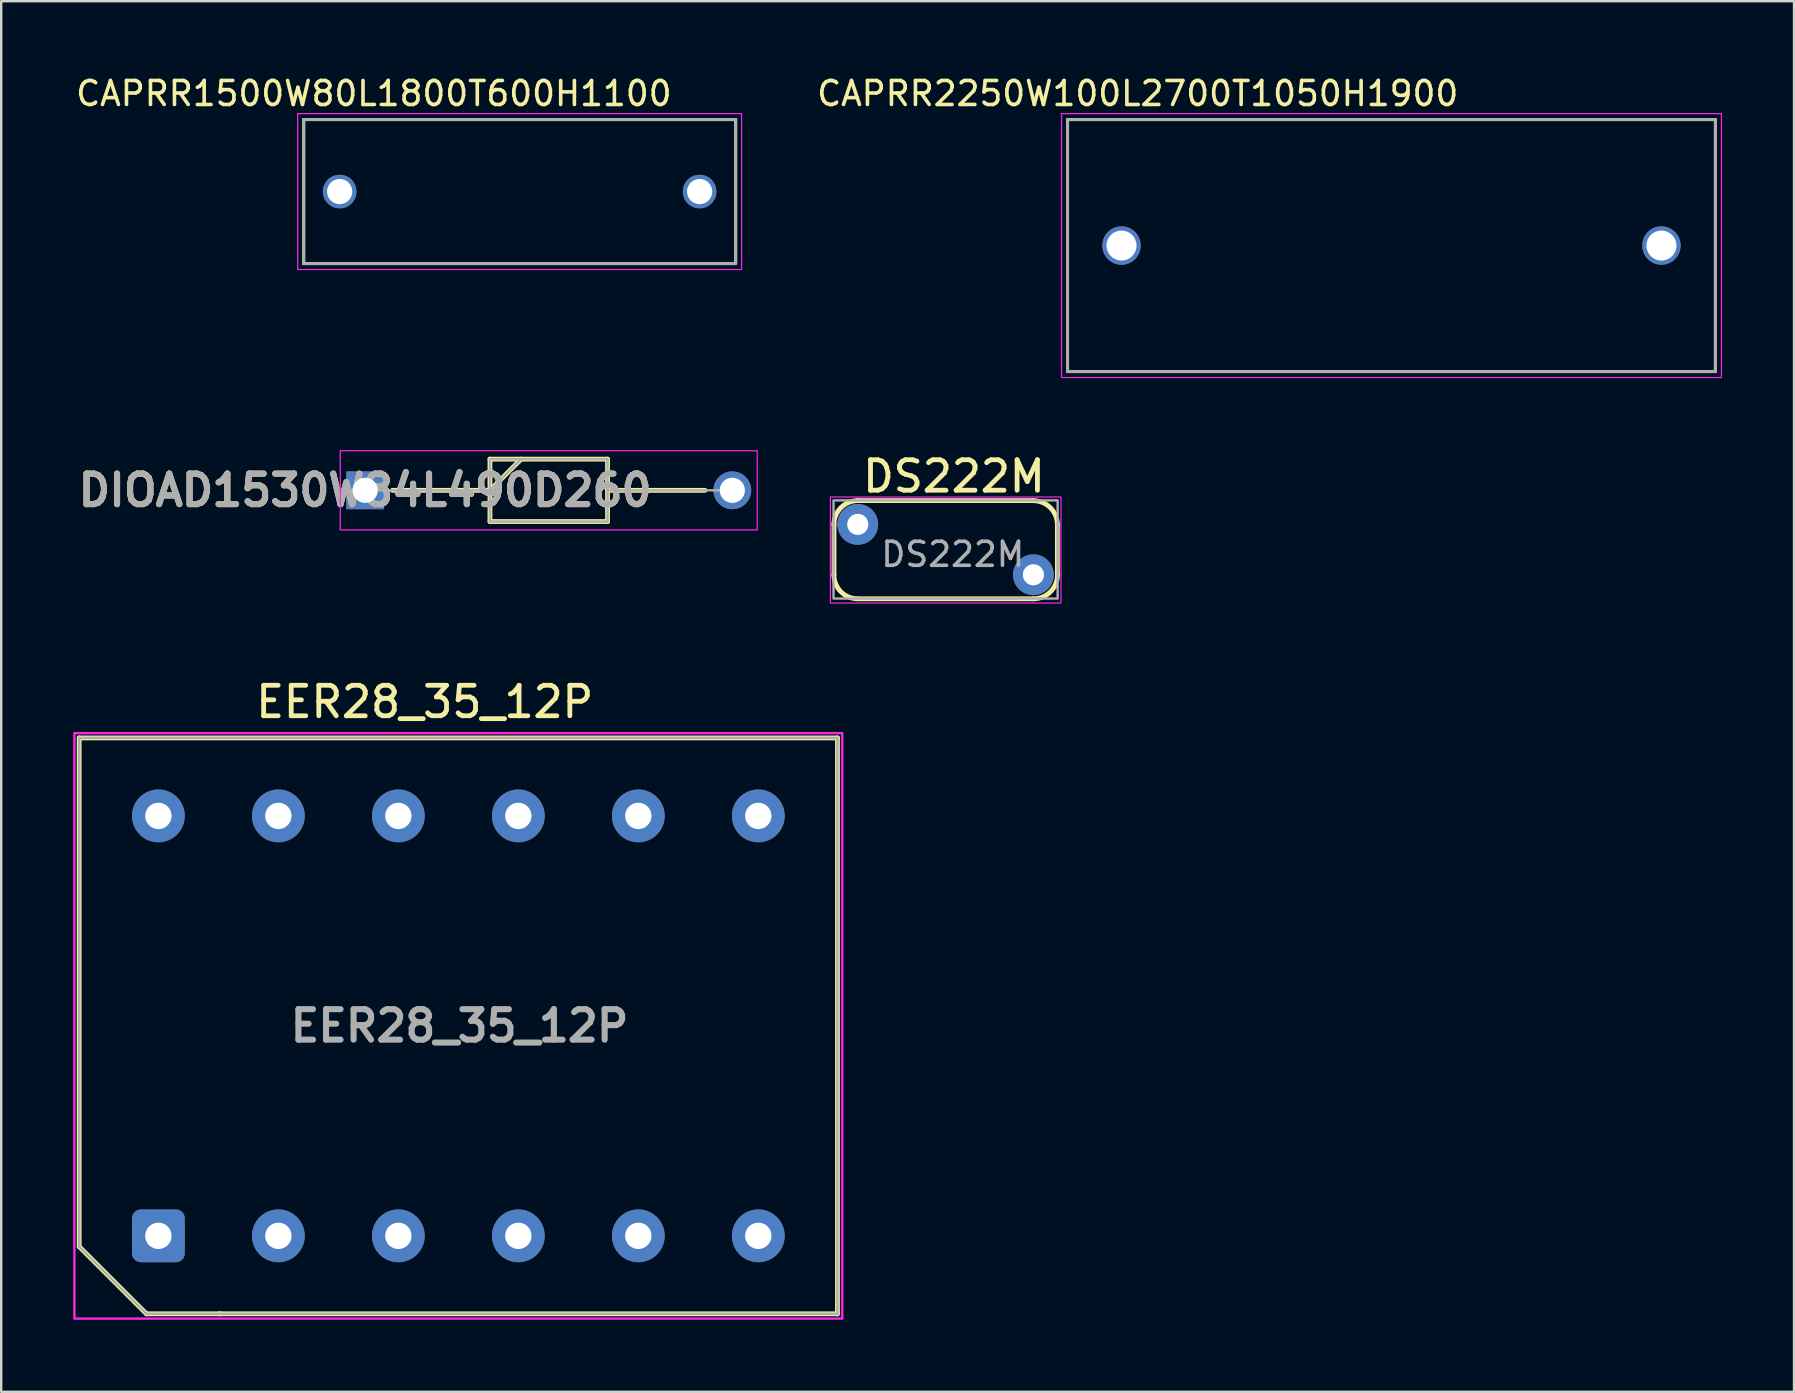
<source format=kicad_pcb>
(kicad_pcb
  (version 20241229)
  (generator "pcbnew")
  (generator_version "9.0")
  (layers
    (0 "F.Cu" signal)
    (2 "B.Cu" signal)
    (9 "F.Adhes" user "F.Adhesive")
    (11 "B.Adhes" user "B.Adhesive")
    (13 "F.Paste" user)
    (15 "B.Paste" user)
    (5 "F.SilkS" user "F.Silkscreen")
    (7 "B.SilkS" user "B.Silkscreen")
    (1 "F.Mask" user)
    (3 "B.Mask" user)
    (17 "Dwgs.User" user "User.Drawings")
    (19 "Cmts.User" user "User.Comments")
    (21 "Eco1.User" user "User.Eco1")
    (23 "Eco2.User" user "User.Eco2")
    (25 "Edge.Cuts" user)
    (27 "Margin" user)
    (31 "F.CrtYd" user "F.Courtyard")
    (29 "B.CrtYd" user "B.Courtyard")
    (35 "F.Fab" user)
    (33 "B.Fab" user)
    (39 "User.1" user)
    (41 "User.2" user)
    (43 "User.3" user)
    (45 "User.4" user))
  (footprint "CAPRR1500W80L1800T600H1100"
    (layer "F.Cu")
    (at 18.605 4.933)
    (property "Reference" "CAPRR1500W80L1800T600H1100" (at -6.075 -4.085 0) (layer "F.SilkS") (effects (font (size 1 1) (thickness 0.15))))
    (attr through_hole)
    (fp_line (start -9 -3) (end -9 3) (stroke (width 0.127) (type solid)) (layer "F.SilkS"))
    (fp_line (start -9 -3) (end 9 -3) (stroke (width 0.127) (type solid)) (layer "F.SilkS"))
    (fp_line (start -9 3) (end 9 3) (stroke (width 0.127) (type solid)) (layer "F.SilkS"))
    (fp_line (start 9 -3) (end 9 3) (stroke (width 0.127) (type solid)) (layer "F.SilkS"))
    (fp_line (start -9.25 -3.25) (end -9.25 3.25) (stroke (width 0.05) (type solid)) (layer "F.CrtYd"))
    (fp_line (start -9.25 -3.25) (end 9.25 -3.25) (stroke (width 0.05) (type solid)) (layer "F.CrtYd"))
    (fp_line (start 9.25 -3.25) (end 9.25 3.25) (stroke (width 0.05) (type solid)) (layer "F.CrtYd"))
    (fp_line (start 9.25 3.25) (end -9.25 3.25) (stroke (width 0.05) (type solid)) (layer "F.CrtYd"))
    (fp_line (start -9 -3) (end -9 3) (stroke (width 0.127) (type solid)) (layer "F.Fab"))
    (fp_line (start -9 -3) (end 9 -3) (stroke (width 0.127) (type solid)) (layer "F.Fab"))
    (fp_line (start 9 -3) (end 9 3) (stroke (width 0.127) (type solid)) (layer "F.Fab"))
    (fp_line (start 9 3) (end -9 3) (stroke (width 0.127) (type solid)) (layer "F.Fab"))
    (pad "1" thru_hole circle (at -7.5 0) (size 1.4 1.4) (drill 1.05) (layers "*.Cu" "*.Mask"))
    (pad "2" thru_hole circle (at 7.5 0) (size 1.4 1.4) (drill 1.05) (layers "*.Cu" "*.Mask")))
  (footprint "EER28_35_12P"
    (layer "F.Cu")
    (at 16.05 39.701)
    (property "Reference" "EER28_35_12P" (at -1.4 -13.5 0) (layer "F.SilkS") (effects (font (size 1.27 1.27) (thickness 0.2))))
    (attr through_hole)
    (fp_line (start -15.8 -12) (end 15.8 -12) (stroke (width 0.2) (type solid)) (layer "F.SilkS"))
    (fp_line (start -15.8 9.2) (end -15.8 -12) (stroke (width 0.2) (type solid)) (layer "F.SilkS"))
    (fp_line (start -13 12) (end -15.8 9.2) (stroke (width 0.2) (type solid)) (layer "F.SilkS"))
    (fp_line (start -9.95 11.95) (end -9.95 11.95) (stroke (width 0.1) (type solid)) (layer "F.SilkS"))
    (fp_line (start -9.95 12.05) (end -9.95 12.05) (stroke (width 0.1) (type solid)) (layer "F.SilkS"))
    (fp_line (start 15.8 -12) (end 15.8 12) (stroke (width 0.2) (type solid)) (layer "F.SilkS"))
    (fp_line (start 15.8 12) (end -13 12) (stroke (width 0.2) (type solid)) (layer "F.SilkS"))
    (fp_arc (start -9.95 11.95) (mid -9.9 12) (end -9.95 12.05) (stroke (width 0.1) (type solid)) (layer "F.SilkS"))
    (fp_arc (start -9.95 12.05) (mid -10 12) (end -9.95 11.95) (stroke (width 0.1) (type solid)) (layer "F.SilkS"))
    (fp_rect (start -16 -12.2) (end 16 12.2) (stroke (width 0.1) (type default)) (fill no) (layer "F.CrtYd"))
    (fp_line (start -15.8 -12) (end -15.8 9.2) (stroke (width 0.1) (type solid)) (layer "F.Fab"))
    (fp_line (start -15.8 9.2) (end -13 12) (stroke (width 0.1) (type default)) (layer "F.Fab"))
    (fp_line (start -13 12) (end 15.8 12) (stroke (width 0.1) (type solid)) (layer "F.Fab"))
    (fp_line (start 15.8 -12) (end -15.8 -12) (stroke (width 0.1) (type solid)) (layer "F.Fab"))
    (fp_line (start 15.8 12) (end 15.8 -12) (stroke (width 0.1) (type solid)) (layer "F.Fab"))
    (fp_text user "${REFERENCE}" (at 0.05 0 0) (layer "F.Fab") (effects (font (size 1.27 1.27) (thickness 0.254))))
    (pad "1" thru_hole roundrect (at -12.5 8.75) (size 2.2 2.2) (drill 1.1) (layers "*.Cu" "*.Mask") (roundrect_rratio 0.167))
    (pad "2" thru_hole circle (at -7.5 8.75) (size 2.2 2.2) (drill 1.1) (layers "*.Cu" "*.Mask"))
    (pad "3" thru_hole circle (at -2.5 8.75) (size 2.2 2.2) (drill 1.1) (layers "*.Cu" "*.Mask"))
    (pad "4" thru_hole circle (at 2.5 8.75) (size 2.2 2.2) (drill 1.1) (layers "*.Cu" "*.Mask"))
    (pad "5" thru_hole circle (at 7.5 8.75) (size 2.2 2.2) (drill 1.1) (layers "*.Cu" "*.Mask"))
    (pad "6" thru_hole circle (at 12.5 8.75) (size 2.2 2.2) (drill 1.1) (layers "*.Cu" "*.Mask"))
    (pad "7" thru_hole circle (at 12.5 -8.75) (size 2.2 2.2) (drill 1.1) (layers "*.Cu" "*.Mask"))
    (pad "8" thru_hole circle (at 7.5 -8.75) (size 2.2 2.2) (drill 1.1) (layers "*.Cu" "*.Mask"))
    (pad "9" thru_hole circle (at 2.5 -8.75) (size 2.2 2.2) (drill 1.1) (layers "*.Cu" "*.Mask"))
    (pad "10" thru_hole circle (at -2.5 -8.75) (size 2.2 2.2) (drill 1.1) (layers "*.Cu" "*.Mask"))
    (pad "11" thru_hole circle (at -7.5 -8.75) (size 2.2 2.2) (drill 1.1) (layers "*.Cu" "*.Mask"))
    (pad "12" thru_hole circle (at -12.5 -8.75) (size 2.2 2.2) (drill 1.1) (layers "*.Cu" "*.Mask")))
  (footprint "DS222M"
    (layer "F.Cu")
    (at 36.355 19.852)
    (property "Reference" "DS222M" (at 0.35 -3.05 0) (unlocked yes) (layer "F.SilkS") (effects (font (size 1.27 1.27) (thickness 0.2))))
    (attr through_hole)
    (fp_line (start -4.65 -1.061) (end -4.65 1.063) (stroke (width 0.2) (type solid)) (layer "F.SilkS"))
    (fp_line (start -3.653 2.053) (end 3.663 2.053) (stroke (width 0.2) (type solid)) (layer "F.SilkS"))
    (fp_line (start 3.66 -2.04) (end -3.66 -2.04) (stroke (width 0.2) (type solid)) (layer "F.SilkS"))
    (fp_line (start 4.66 1.053) (end 4.66 -1.039) (stroke (width 0.2) (type solid)) (layer "F.SilkS"))
    (fp_arc (start -4.652893 -1.04) (mid -4.36 -1.747107) (end -3.652893 -2.04) (stroke (width 0.2) (type default)) (layer "F.SilkS"))
    (fp_arc (start -3.652893 2.052893) (mid -4.36 1.76) (end -4.652893 1.052893) (stroke (width 0.2) (type default)) (layer "F.SilkS"))
    (fp_arc (start 3.659893 -2.036447) (mid 4.367 -1.743554) (end 4.659893 -1.036447) (stroke (width 0.2) (type solid)) (layer "F.SilkS"))
    (fp_arc (start 4.662893 1.052893) (mid 4.37 1.76) (end 3.662893 2.052893) (stroke (width 0.2) (type default)) (layer "F.SilkS"))
    (fp_rect (start -4.8 -2.19) (end 4.81 2.23) (stroke (width 0.05) (type default)) (fill no) (layer "F.CrtYd"))
    (fp_rect (start -4.67 -2.05) (end 4.67 2.04) (stroke (width 0.1) (type default)) (fill no) (layer "F.Fab"))
    (fp_text user "${REFERENCE}" (at 0.3 0.2 0) (unlocked yes) (layer "F.Fab") (effects (font (size 1 1) (thickness 0.15))))
    (pad "1" thru_hole circle (at -3.66 -1.05) (size 1.7 1.7) (drill 0.88) (layers "*.Cu" "*.Mask"))
    (pad "2" thru_hole circle (at 3.66 1.05) (size 1.7 1.7) (drill 0.88) (layers "*.Cu" "*.Mask")))
  (footprint "CAPRR2250W100L2700T1050H1900"
    (layer "F.Cu")
    (at 54.937 7.183)
    (property "Reference" "CAPRR2250W100L2700T1050H1900" (at -10.575 -6.335 0) (layer "F.SilkS") (effects (font (size 1 1) (thickness 0.15))))
    (attr through_hole)
    (fp_line (start -13.5 -5.25) (end -13.5 5.25) (stroke (width 0.127) (type solid)) (layer "F.SilkS"))
    (fp_line (start -13.5 -5.25) (end 13.5 -5.25) (stroke (width 0.127) (type solid)) (layer "F.SilkS"))
    (fp_line (start -13.5 5.25) (end 13.5 5.25) (stroke (width 0.127) (type solid)) (layer "F.SilkS"))
    (fp_line (start 13.5 -5.25) (end 13.5 5.25) (stroke (width 0.127) (type solid)) (layer "F.SilkS"))
    (fp_line (start -13.75 -5.5) (end -13.75 5.5) (stroke (width 0.05) (type solid)) (layer "F.CrtYd"))
    (fp_line (start -13.75 -5.5) (end 13.75 -5.5) (stroke (width 0.05) (type solid)) (layer "F.CrtYd"))
    (fp_line (start 13.75 -5.5) (end 13.75 5.5) (stroke (width 0.05) (type solid)) (layer "F.CrtYd"))
    (fp_line (start 13.75 5.5) (end -13.75 5.5) (stroke (width 0.05) (type solid)) (layer "F.CrtYd"))
    (fp_line (start -13.5 -5.25) (end -13.5 5.25) (stroke (width 0.127) (type solid)) (layer "F.Fab"))
    (fp_line (start -13.5 -5.25) (end 13.5 -5.25) (stroke (width 0.127) (type solid)) (layer "F.Fab"))
    (fp_line (start 13.5 -5.25) (end 13.5 5.25) (stroke (width 0.127) (type solid)) (layer "F.Fab"))
    (fp_line (start 13.5 5.25) (end -13.5 5.25) (stroke (width 0.127) (type solid)) (layer "F.Fab"))
    (pad "1" thru_hole circle (at -11.25 0) (size 1.6 1.6) (drill 1.25) (layers "*.Cu" "*.Mask"))
    (pad "2" thru_hole circle (at 11.25 0) (size 1.6 1.6) (drill 1.25) (layers "*.Cu" "*.Mask")))
  (footprint "DIOAD1530W84L490D260"
    (layer "F.Cu")
    (at 12.168 17.383)
    (property "Reference" "DIOAD1530W84L490D260" (at 0 0 0) (layer "F.SilkS") (effects (font (size 1.27 1.27) (thickness 0.254))))
    (attr through_hole)
    (fp_line (start 1.138 0) (end 5.2 0) (stroke (width 0.2) (type solid)) (layer "F.SilkS"))
    (fp_line (start 5.2 -1.3) (end 10.1 -1.3) (stroke (width 0.2) (type solid)) (layer "F.SilkS"))
    (fp_line (start 5.2 0) (end 6.5 -1.3) (stroke (width 0.2) (type solid)) (layer "F.SilkS"))
    (fp_line (start 5.2 1.3) (end 5.2 -1.3) (stroke (width 0.2) (type solid)) (layer "F.SilkS"))
    (fp_line (start 10.1 -1.3) (end 10.1 1.3) (stroke (width 0.2) (type solid)) (layer "F.SilkS"))
    (fp_line (start 10.1 0) (end 14.162 0) (stroke (width 0.2) (type solid)) (layer "F.SilkS"))
    (fp_line (start 10.1 1.3) (end 5.2 1.3) (stroke (width 0.2) (type solid)) (layer "F.SilkS"))
    (fp_line (start -1.038 -1.65) (end 16.337 -1.65) (stroke (width 0.05) (type solid)) (layer "F.CrtYd"))
    (fp_line (start -1.038 1.65) (end -1.038 -1.65) (stroke (width 0.05) (type solid)) (layer "F.CrtYd"))
    (fp_line (start 16.337 -1.65) (end 16.337 1.65) (stroke (width 0.05) (type solid)) (layer "F.CrtYd"))
    (fp_line (start 16.337 1.65) (end -1.038 1.65) (stroke (width 0.05) (type solid)) (layer "F.CrtYd"))
    (fp_line (start 0 0) (end 5.2 0) (stroke (width 0.1) (type solid)) (layer "F.Fab"))
    (fp_line (start 5.2 -1.3) (end 10.1 -1.3) (stroke (width 0.1) (type solid)) (layer "F.Fab"))
    (fp_line (start 5.2 0) (end 6.5 -1.3) (stroke (width 0.1) (type solid)) (layer "F.Fab"))
    (fp_line (start 5.2 1.3) (end 5.2 -1.3) (stroke (width 0.1) (type solid)) (layer "F.Fab"))
    (fp_line (start 10.1 -1.3) (end 10.1 1.3) (stroke (width 0.1) (type solid)) (layer "F.Fab"))
    (fp_line (start 10.1 0) (end 15.3 0) (stroke (width 0.1) (type solid)) (layer "F.Fab"))
    (fp_line (start 10.1 1.3) (end 5.2 1.3) (stroke (width 0.1) (type solid)) (layer "F.Fab"))
    (fp_text user "${REFERENCE}" (at 0 0 0) (layer "F.Fab") (effects (font (size 1.27 1.27) (thickness 0.254))))
    (pad "1" thru_hole rect (at 0 0) (size 1.575 1.575) (drill 1.05) (layers "*.Cu" "*.Mask"))
    (pad "2" thru_hole circle (at 15.3 0) (size 1.575 1.575) (drill 1.05) (layers "*.Cu" "*.Mask")))
  (gr_rect
    (start -3 -3)
    (end 71.712 54.951)
    (stroke (width 0.1) (type default))
    (fill no)
    (layer "Edge.Cuts")))
</source>
